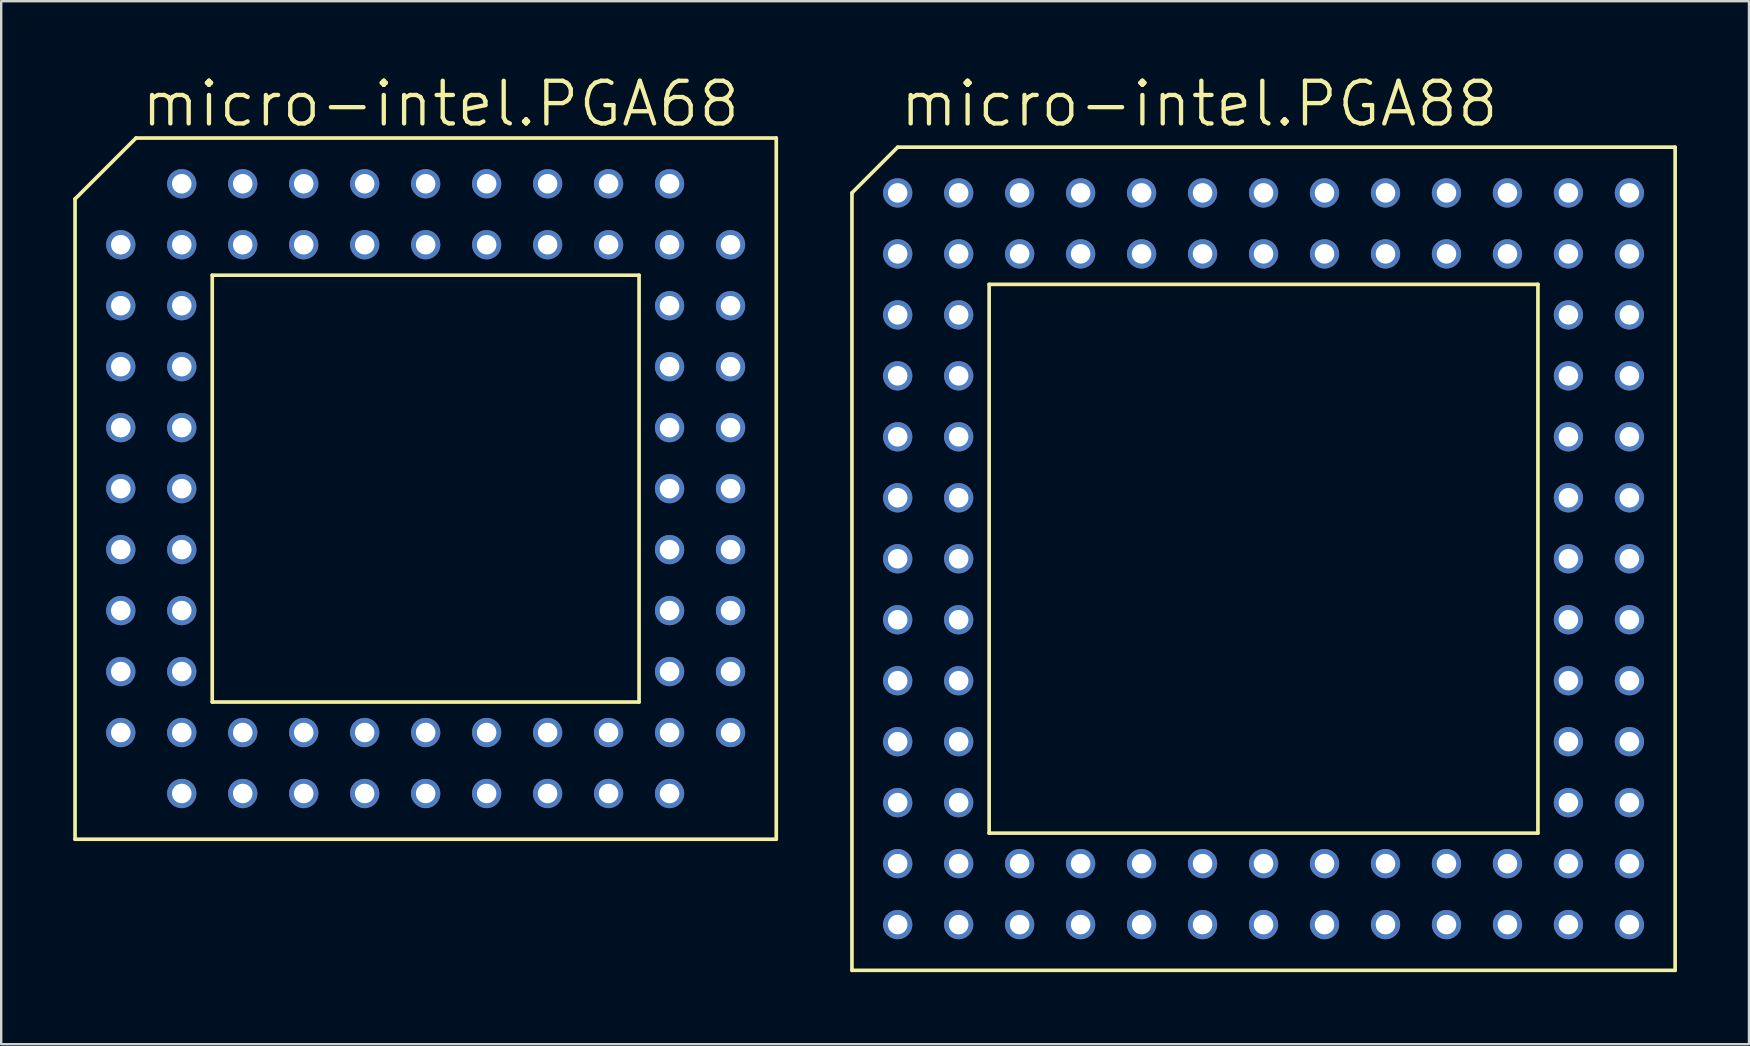
<source format=kicad_pcb>
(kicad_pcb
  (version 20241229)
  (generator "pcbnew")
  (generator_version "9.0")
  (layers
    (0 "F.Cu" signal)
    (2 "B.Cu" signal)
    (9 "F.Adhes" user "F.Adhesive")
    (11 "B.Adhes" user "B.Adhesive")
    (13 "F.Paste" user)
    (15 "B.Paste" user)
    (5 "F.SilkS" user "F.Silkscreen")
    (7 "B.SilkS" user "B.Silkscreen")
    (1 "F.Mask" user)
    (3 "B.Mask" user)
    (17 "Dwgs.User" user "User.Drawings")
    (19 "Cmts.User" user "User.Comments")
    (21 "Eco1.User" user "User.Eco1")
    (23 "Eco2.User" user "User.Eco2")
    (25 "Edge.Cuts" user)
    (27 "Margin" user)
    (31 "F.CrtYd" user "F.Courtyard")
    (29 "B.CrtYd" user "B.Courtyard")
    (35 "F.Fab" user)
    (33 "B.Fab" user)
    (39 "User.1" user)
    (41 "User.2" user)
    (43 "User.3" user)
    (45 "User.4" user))
  (footprint "micro-intel.PGA68"
    (layer "F.Cu")
    (at 14.681 17.304)
    (property "Reference" "micro-intel.PGA68" (at -11.938 -14.986 0) (layer "F.SilkS") (effects (font (size 1.778 1.778) (thickness 0.18)) (justify left bottom)))
    (attr through_hole)
    (fp_line (start -14.605 -12.065) (end -12.065 -14.605) (stroke (width 0.152) (type default)) (layer "F.SilkS"))
    (fp_line (start -14.605 14.605) (end -14.605 -12.065) (stroke (width 0.152) (type default)) (layer "F.SilkS"))
    (fp_line (start -12.065 -14.605) (end 14.605 -14.605) (stroke (width 0.152) (type default)) (layer "F.SilkS"))
    (fp_line (start -8.89 -8.89) (end 8.89 -8.89) (stroke (width 0.152) (type default)) (layer "F.SilkS"))
    (fp_line (start -8.89 8.89) (end -8.89 -8.89) (stroke (width 0.152) (type default)) (layer "F.SilkS"))
    (fp_line (start 8.89 -8.89) (end 8.89 8.89) (stroke (width 0.152) (type default)) (layer "F.SilkS"))
    (fp_line (start 8.89 8.89) (end -8.89 8.89) (stroke (width 0.152) (type default)) (layer "F.SilkS"))
    (fp_line (start 14.605 -14.605) (end 14.605 14.605) (stroke (width 0.152) (type default)) (layer "F.SilkS"))
    (fp_line (start 14.605 14.605) (end -14.605 14.605) (stroke (width 0.152) (type default)) (layer "F.SilkS"))
    (pad "A02" thru_hole circle (at -10.16 -12.7) (size 1.219 1.219) (drill 0.813) (layers "*.Cu" "*.Mask"))
    (pad "A03" thru_hole circle (at -7.62 -12.7) (size 1.219 1.219) (drill 0.813) (layers "*.Cu" "*.Mask"))
    (pad "A04" thru_hole circle (at -5.08 -12.7) (size 1.219 1.219) (drill 0.813) (layers "*.Cu" "*.Mask"))
    (pad "A05" thru_hole circle (at -2.54 -12.7) (size 1.219 1.219) (drill 0.813) (layers "*.Cu" "*.Mask"))
    (pad "A06" thru_hole circle (at 0 -12.7) (size 1.219 1.219) (drill 0.813) (layers "*.Cu" "*.Mask"))
    (pad "A07" thru_hole circle (at 2.54 -12.7) (size 1.219 1.219) (drill 0.813) (layers "*.Cu" "*.Mask"))
    (pad "A08" thru_hole circle (at 5.08 -12.7) (size 1.219 1.219) (drill 0.813) (layers "*.Cu" "*.Mask"))
    (pad "A09" thru_hole circle (at 7.62 -12.7) (size 1.219 1.219) (drill 0.813) (layers "*.Cu" "*.Mask"))
    (pad "A10" thru_hole circle (at 10.16 -12.7) (size 1.219 1.219) (drill 0.813) (layers "*.Cu" "*.Mask"))
    (pad "B01" thru_hole circle (at -12.7 -10.16) (size 1.219 1.219) (drill 0.813) (layers "*.Cu" "*.Mask"))
    (pad "B02" thru_hole circle (at -10.16 -10.16) (size 1.219 1.219) (drill 0.813) (layers "*.Cu" "*.Mask"))
    (pad "B03" thru_hole circle (at -7.62 -10.16) (size 1.219 1.219) (drill 0.813) (layers "*.Cu" "*.Mask"))
    (pad "B04" thru_hole circle (at -5.08 -10.16) (size 1.219 1.219) (drill 0.813) (layers "*.Cu" "*.Mask"))
    (pad "B05" thru_hole circle (at -2.54 -10.16) (size 1.219 1.219) (drill 0.813) (layers "*.Cu" "*.Mask"))
    (pad "B06" thru_hole circle (at 0 -10.16) (size 1.219 1.219) (drill 0.813) (layers "*.Cu" "*.Mask"))
    (pad "B07" thru_hole circle (at 2.54 -10.16) (size 1.219 1.219) (drill 0.813) (layers "*.Cu" "*.Mask"))
    (pad "B08" thru_hole circle (at 5.08 -10.16) (size 1.219 1.219) (drill 0.813) (layers "*.Cu" "*.Mask"))
    (pad "B09" thru_hole circle (at 7.62 -10.16) (size 1.219 1.219) (drill 0.813) (layers "*.Cu" "*.Mask"))
    (pad "B10" thru_hole circle (at 10.16 -10.16) (size 1.219 1.219) (drill 0.813) (layers "*.Cu" "*.Mask"))
    (pad "B11" thru_hole circle (at 12.7 -10.16) (size 1.219 1.219) (drill 0.813) (layers "*.Cu" "*.Mask"))
    (pad "C01" thru_hole circle (at -12.7 -7.62) (size 1.219 1.219) (drill 0.813) (layers "*.Cu" "*.Mask"))
    (pad "C02" thru_hole circle (at -10.16 -7.62) (size 1.219 1.219) (drill 0.813) (layers "*.Cu" "*.Mask"))
    (pad "C10" thru_hole circle (at 10.16 -7.62) (size 1.219 1.219) (drill 0.813) (layers "*.Cu" "*.Mask"))
    (pad "C11" thru_hole circle (at 12.7 -7.62) (size 1.219 1.219) (drill 0.813) (layers "*.Cu" "*.Mask"))
    (pad "D01" thru_hole circle (at -12.7 -5.08) (size 1.219 1.219) (drill 0.813) (layers "*.Cu" "*.Mask"))
    (pad "D02" thru_hole circle (at -10.16 -5.08) (size 1.219 1.219) (drill 0.813) (layers "*.Cu" "*.Mask"))
    (pad "D10" thru_hole circle (at 10.16 -5.08) (size 1.219 1.219) (drill 0.813) (layers "*.Cu" "*.Mask"))
    (pad "D11" thru_hole circle (at 12.7 -5.08) (size 1.219 1.219) (drill 0.813) (layers "*.Cu" "*.Mask"))
    (pad "E01" thru_hole circle (at -12.7 -2.54) (size 1.219 1.219) (drill 0.813) (layers "*.Cu" "*.Mask"))
    (pad "E02" thru_hole circle (at -10.16 -2.54) (size 1.219 1.219) (drill 0.813) (layers "*.Cu" "*.Mask"))
    (pad "E10" thru_hole circle (at 10.16 -2.54) (size 1.219 1.219) (drill 0.813) (layers "*.Cu" "*.Mask"))
    (pad "E11" thru_hole circle (at 12.7 -2.54) (size 1.219 1.219) (drill 0.813) (layers "*.Cu" "*.Mask"))
    (pad "F01" thru_hole circle (at -12.7 0) (size 1.219 1.219) (drill 0.813) (layers "*.Cu" "*.Mask"))
    (pad "F02" thru_hole circle (at -10.16 0) (size 1.219 1.219) (drill 0.813) (layers "*.Cu" "*.Mask"))
    (pad "F10" thru_hole circle (at 10.16 0) (size 1.219 1.219) (drill 0.813) (layers "*.Cu" "*.Mask"))
    (pad "F11" thru_hole circle (at 12.7 0) (size 1.219 1.219) (drill 0.813) (layers "*.Cu" "*.Mask"))
    (pad "G01" thru_hole circle (at -12.7 2.54) (size 1.219 1.219) (drill 0.813) (layers "*.Cu" "*.Mask"))
    (pad "G02" thru_hole circle (at -10.16 2.54) (size 1.219 1.219) (drill 0.813) (layers "*.Cu" "*.Mask"))
    (pad "G10" thru_hole circle (at 10.16 2.54) (size 1.219 1.219) (drill 0.813) (layers "*.Cu" "*.Mask"))
    (pad "G11" thru_hole circle (at 12.7 2.54) (size 1.219 1.219) (drill 0.813) (layers "*.Cu" "*.Mask"))
    (pad "H01" thru_hole circle (at -12.7 5.08) (size 1.219 1.219) (drill 0.813) (layers "*.Cu" "*.Mask"))
    (pad "H02" thru_hole circle (at -10.16 5.08) (size 1.219 1.219) (drill 0.813) (layers "*.Cu" "*.Mask"))
    (pad "H10" thru_hole circle (at 10.16 5.08) (size 1.219 1.219) (drill 0.813) (layers "*.Cu" "*.Mask"))
    (pad "H11" thru_hole circle (at 12.7 5.08) (size 1.219 1.219) (drill 0.813) (layers "*.Cu" "*.Mask"))
    (pad "J01" thru_hole circle (at -12.7 7.62) (size 1.219 1.219) (drill 0.813) (layers "*.Cu" "*.Mask"))
    (pad "J02" thru_hole circle (at -10.16 7.62) (size 1.219 1.219) (drill 0.813) (layers "*.Cu" "*.Mask"))
    (pad "J10" thru_hole circle (at 10.16 7.62) (size 1.219 1.219) (drill 0.813) (layers "*.Cu" "*.Mask"))
    (pad "J11" thru_hole circle (at 12.7 7.62) (size 1.219 1.219) (drill 0.813) (layers "*.Cu" "*.Mask"))
    (pad "K01" thru_hole circle (at -12.7 10.16) (size 1.219 1.219) (drill 0.813) (layers "*.Cu" "*.Mask"))
    (pad "K02" thru_hole circle (at -10.16 10.16) (size 1.219 1.219) (drill 0.813) (layers "*.Cu" "*.Mask"))
    (pad "K03" thru_hole circle (at -7.62 10.16) (size 1.219 1.219) (drill 0.813) (layers "*.Cu" "*.Mask"))
    (pad "K04" thru_hole circle (at -5.08 10.16) (size 1.219 1.219) (drill 0.813) (layers "*.Cu" "*.Mask"))
    (pad "K05" thru_hole circle (at -2.54 10.16) (size 1.219 1.219) (drill 0.813) (layers "*.Cu" "*.Mask"))
    (pad "K06" thru_hole circle (at 0 10.16) (size 1.219 1.219) (drill 0.813) (layers "*.Cu" "*.Mask"))
    (pad "K07" thru_hole circle (at 2.54 10.16) (size 1.219 1.219) (drill 0.813) (layers "*.Cu" "*.Mask"))
    (pad "K08" thru_hole circle (at 5.08 10.16) (size 1.219 1.219) (drill 0.813) (layers "*.Cu" "*.Mask"))
    (pad "K09" thru_hole circle (at 7.62 10.16) (size 1.219 1.219) (drill 0.813) (layers "*.Cu" "*.Mask"))
    (pad "K10" thru_hole circle (at 10.16 10.16) (size 1.219 1.219) (drill 0.813) (layers "*.Cu" "*.Mask"))
    (pad "K11" thru_hole circle (at 12.7 10.16) (size 1.219 1.219) (drill 0.813) (layers "*.Cu" "*.Mask"))
    (pad "L02" thru_hole circle (at -10.16 12.7) (size 1.219 1.219) (drill 0.813) (layers "*.Cu" "*.Mask"))
    (pad "L03" thru_hole circle (at -7.62 12.7) (size 1.219 1.219) (drill 0.813) (layers "*.Cu" "*.Mask"))
    (pad "L04" thru_hole circle (at -5.08 12.7) (size 1.219 1.219) (drill 0.813) (layers "*.Cu" "*.Mask"))
    (pad "L05" thru_hole circle (at -2.54 12.7) (size 1.219 1.219) (drill 0.813) (layers "*.Cu" "*.Mask"))
    (pad "L06" thru_hole circle (at 0 12.7) (size 1.219 1.219) (drill 0.813) (layers "*.Cu" "*.Mask"))
    (pad "L07" thru_hole circle (at 2.54 12.7) (size 1.219 1.219) (drill 0.813) (layers "*.Cu" "*.Mask"))
    (pad "L08" thru_hole circle (at 5.08 12.7) (size 1.219 1.219) (drill 0.813) (layers "*.Cu" "*.Mask"))
    (pad "L09" thru_hole circle (at 7.62 12.7) (size 1.219 1.219) (drill 0.813) (layers "*.Cu" "*.Mask"))
    (pad "L10" thru_hole circle (at 10.16 12.7) (size 1.219 1.219) (drill 0.813) (layers "*.Cu" "*.Mask")))
  (footprint "micro-intel.PGA88"
    (layer "F.Cu")
    (at 49.584 20.225)
    (property "Reference" "micro-intel.PGA88" (at -15.24 -17.907 0) (layer "F.SilkS") (effects (font (size 1.778 1.778) (thickness 0.18)) (justify left bottom)))
    (attr through_hole)
    (fp_line (start -17.145 -15.24) (end -15.24 -17.145) (stroke (width 0.152) (type default)) (layer "F.SilkS"))
    (fp_line (start -17.145 17.145) (end -17.145 -15.24) (stroke (width 0.152) (type default)) (layer "F.SilkS"))
    (fp_line (start -15.24 -17.145) (end 17.145 -17.145) (stroke (width 0.152) (type default)) (layer "F.SilkS"))
    (fp_line (start -11.43 -11.43) (end 11.43 -11.43) (stroke (width 0.152) (type default)) (layer "F.SilkS"))
    (fp_line (start -11.43 11.43) (end -11.43 -11.43) (stroke (width 0.152) (type default)) (layer "F.SilkS"))
    (fp_line (start 11.43 -11.43) (end 11.43 11.43) (stroke (width 0.152) (type default)) (layer "F.SilkS"))
    (fp_line (start 11.43 11.43) (end -11.43 11.43) (stroke (width 0.152) (type default)) (layer "F.SilkS"))
    (fp_line (start 17.145 -17.145) (end 17.145 17.145) (stroke (width 0.152) (type default)) (layer "F.SilkS"))
    (fp_line (start 17.145 17.145) (end -17.145 17.145) (stroke (width 0.152) (type default)) (layer "F.SilkS"))
    (pad "A01" thru_hole circle (at -15.24 -15.24) (size 1.219 1.219) (drill 0.813) (layers "*.Cu" "*.Mask"))
    (pad "A02" thru_hole circle (at -12.7 -15.24) (size 1.219 1.219) (drill 0.813) (layers "*.Cu" "*.Mask"))
    (pad "A03" thru_hole circle (at -10.16 -15.24) (size 1.219 1.219) (drill 0.813) (layers "*.Cu" "*.Mask"))
    (pad "A04" thru_hole circle (at -7.62 -15.24) (size 1.219 1.219) (drill 0.813) (layers "*.Cu" "*.Mask"))
    (pad "A05" thru_hole circle (at -5.08 -15.24) (size 1.219 1.219) (drill 0.813) (layers "*.Cu" "*.Mask"))
    (pad "A06" thru_hole circle (at -2.54 -15.24) (size 1.219 1.219) (drill 0.813) (layers "*.Cu" "*.Mask"))
    (pad "A07" thru_hole circle (at 0 -15.24) (size 1.219 1.219) (drill 0.813) (layers "*.Cu" "*.Mask"))
    (pad "A08" thru_hole circle (at 2.54 -15.24) (size 1.219 1.219) (drill 0.813) (layers "*.Cu" "*.Mask"))
    (pad "A09" thru_hole circle (at 5.08 -15.24) (size 1.219 1.219) (drill 0.813) (layers "*.Cu" "*.Mask"))
    (pad "A10" thru_hole circle (at 7.62 -15.24) (size 1.219 1.219) (drill 0.813) (layers "*.Cu" "*.Mask"))
    (pad "A11" thru_hole circle (at 10.16 -15.24) (size 1.219 1.219) (drill 0.813) (layers "*.Cu" "*.Mask"))
    (pad "A12" thru_hole circle (at 12.7 -15.24) (size 1.219 1.219) (drill 0.813) (layers "*.Cu" "*.Mask"))
    (pad "A13" thru_hole circle (at 15.24 -15.24) (size 1.219 1.219) (drill 0.813) (layers "*.Cu" "*.Mask"))
    (pad "B01" thru_hole circle (at -15.24 -12.7) (size 1.219 1.219) (drill 0.813) (layers "*.Cu" "*.Mask"))
    (pad "B02" thru_hole circle (at -12.7 -12.7) (size 1.219 1.219) (drill 0.813) (layers "*.Cu" "*.Mask"))
    (pad "B03" thru_hole circle (at -10.16 -12.7) (size 1.219 1.219) (drill 0.813) (layers "*.Cu" "*.Mask"))
    (pad "B04" thru_hole circle (at -7.62 -12.7) (size 1.219 1.219) (drill 0.813) (layers "*.Cu" "*.Mask"))
    (pad "B05" thru_hole circle (at -5.08 -12.7) (size 1.219 1.219) (drill 0.813) (layers "*.Cu" "*.Mask"))
    (pad "B06" thru_hole circle (at -2.54 -12.7) (size 1.219 1.219) (drill 0.813) (layers "*.Cu" "*.Mask"))
    (pad "B07" thru_hole circle (at 0 -12.7) (size 1.219 1.219) (drill 0.813) (layers "*.Cu" "*.Mask"))
    (pad "B08" thru_hole circle (at 2.54 -12.7) (size 1.219 1.219) (drill 0.813) (layers "*.Cu" "*.Mask"))
    (pad "B09" thru_hole circle (at 5.08 -12.7) (size 1.219 1.219) (drill 0.813) (layers "*.Cu" "*.Mask"))
    (pad "B10" thru_hole circle (at 7.62 -12.7) (size 1.219 1.219) (drill 0.813) (layers "*.Cu" "*.Mask"))
    (pad "B11" thru_hole circle (at 10.16 -12.7) (size 1.219 1.219) (drill 0.813) (layers "*.Cu" "*.Mask"))
    (pad "B12" thru_hole circle (at 12.7 -12.7) (size 1.219 1.219) (drill 0.813) (layers "*.Cu" "*.Mask"))
    (pad "B13" thru_hole circle (at 15.24 -12.7) (size 1.219 1.219) (drill 0.813) (layers "*.Cu" "*.Mask"))
    (pad "C01" thru_hole circle (at -15.24 -10.16) (size 1.219 1.219) (drill 0.813) (layers "*.Cu" "*.Mask"))
    (pad "C02" thru_hole circle (at -12.7 -10.16) (size 1.219 1.219) (drill 0.813) (layers "*.Cu" "*.Mask"))
    (pad "C12" thru_hole circle (at 12.7 -10.16) (size 1.219 1.219) (drill 0.813) (layers "*.Cu" "*.Mask"))
    (pad "C13" thru_hole circle (at 15.24 -10.16) (size 1.219 1.219) (drill 0.813) (layers "*.Cu" "*.Mask"))
    (pad "D01" thru_hole circle (at -15.24 -7.62) (size 1.219 1.219) (drill 0.813) (layers "*.Cu" "*.Mask"))
    (pad "D02" thru_hole circle (at -12.7 -7.62) (size 1.219 1.219) (drill 0.813) (layers "*.Cu" "*.Mask"))
    (pad "D12" thru_hole circle (at 12.7 -7.62) (size 1.219 1.219) (drill 0.813) (layers "*.Cu" "*.Mask"))
    (pad "D13" thru_hole circle (at 15.24 -7.62) (size 1.219 1.219) (drill 0.813) (layers "*.Cu" "*.Mask"))
    (pad "E01" thru_hole circle (at -15.24 -5.08) (size 1.219 1.219) (drill 0.813) (layers "*.Cu" "*.Mask"))
    (pad "E02" thru_hole circle (at -12.7 -5.08) (size 1.219 1.219) (drill 0.813) (layers "*.Cu" "*.Mask"))
    (pad "E12" thru_hole circle (at 12.7 -5.08) (size 1.219 1.219) (drill 0.813) (layers "*.Cu" "*.Mask"))
    (pad "E13" thru_hole circle (at 15.24 -5.08) (size 1.219 1.219) (drill 0.813) (layers "*.Cu" "*.Mask"))
    (pad "F01" thru_hole circle (at -15.24 -2.54) (size 1.219 1.219) (drill 0.813) (layers "*.Cu" "*.Mask"))
    (pad "F02" thru_hole circle (at -12.7 -2.54) (size 1.219 1.219) (drill 0.813) (layers "*.Cu" "*.Mask"))
    (pad "F12" thru_hole circle (at 12.7 -2.54) (size 1.219 1.219) (drill 0.813) (layers "*.Cu" "*.Mask"))
    (pad "F13" thru_hole circle (at 15.24 -2.54) (size 1.219 1.219) (drill 0.813) (layers "*.Cu" "*.Mask"))
    (pad "G01" thru_hole circle (at -15.24 0) (size 1.219 1.219) (drill 0.813) (layers "*.Cu" "*.Mask"))
    (pad "G02" thru_hole circle (at -12.7 0) (size 1.219 1.219) (drill 0.813) (layers "*.Cu" "*.Mask"))
    (pad "G12" thru_hole circle (at 12.7 0) (size 1.219 1.219) (drill 0.813) (layers "*.Cu" "*.Mask"))
    (pad "G13" thru_hole circle (at 15.24 0) (size 1.219 1.219) (drill 0.813) (layers "*.Cu" "*.Mask"))
    (pad "H01" thru_hole circle (at -15.24 2.54) (size 1.219 1.219) (drill 0.813) (layers "*.Cu" "*.Mask"))
    (pad "H02" thru_hole circle (at -12.7 2.54) (size 1.219 1.219) (drill 0.813) (layers "*.Cu" "*.Mask"))
    (pad "H12" thru_hole circle (at 12.7 2.54) (size 1.219 1.219) (drill 0.813) (layers "*.Cu" "*.Mask"))
    (pad "H13" thru_hole circle (at 15.24 2.54) (size 1.219 1.219) (drill 0.813) (layers "*.Cu" "*.Mask"))
    (pad "J01" thru_hole circle (at -15.24 5.08) (size 1.219 1.219) (drill 0.813) (layers "*.Cu" "*.Mask"))
    (pad "J02" thru_hole circle (at -12.7 5.08) (size 1.219 1.219) (drill 0.813) (layers "*.Cu" "*.Mask"))
    (pad "J12" thru_hole circle (at 12.7 5.08) (size 1.219 1.219) (drill 0.813) (layers "*.Cu" "*.Mask"))
    (pad "J13" thru_hole circle (at 15.24 5.08) (size 1.219 1.219) (drill 0.813) (layers "*.Cu" "*.Mask"))
    (pad "K01" thru_hole circle (at -15.24 7.62) (size 1.219 1.219) (drill 0.813) (layers "*.Cu" "*.Mask"))
    (pad "K02" thru_hole circle (at -12.7 7.62) (size 1.219 1.219) (drill 0.813) (layers "*.Cu" "*.Mask"))
    (pad "K12" thru_hole circle (at 12.7 7.62) (size 1.219 1.219) (drill 0.813) (layers "*.Cu" "*.Mask"))
    (pad "K13" thru_hole circle (at 15.24 7.62) (size 1.219 1.219) (drill 0.813) (layers "*.Cu" "*.Mask"))
    (pad "L01" thru_hole circle (at -15.24 10.16) (size 1.219 1.219) (drill 0.813) (layers "*.Cu" "*.Mask"))
    (pad "L02" thru_hole circle (at -12.7 10.16) (size 1.219 1.219) (drill 0.813) (layers "*.Cu" "*.Mask"))
    (pad "L12" thru_hole circle (at 12.7 10.16) (size 1.219 1.219) (drill 0.813) (layers "*.Cu" "*.Mask"))
    (pad "L13" thru_hole circle (at 15.24 10.16) (size 1.219 1.219) (drill 0.813) (layers "*.Cu" "*.Mask"))
    (pad "M01" thru_hole circle (at -15.24 12.7) (size 1.219 1.219) (drill 0.813) (layers "*.Cu" "*.Mask"))
    (pad "M02" thru_hole circle (at -12.7 12.7) (size 1.219 1.219) (drill 0.813) (layers "*.Cu" "*.Mask"))
    (pad "M03" thru_hole circle (at -10.16 12.7) (size 1.219 1.219) (drill 0.813) (layers "*.Cu" "*.Mask"))
    (pad "M04" thru_hole circle (at -7.62 12.7) (size 1.219 1.219) (drill 0.813) (layers "*.Cu" "*.Mask"))
    (pad "M05" thru_hole circle (at -5.08 12.7) (size 1.219 1.219) (drill 0.813) (layers "*.Cu" "*.Mask"))
    (pad "M06" thru_hole circle (at -2.54 12.7) (size 1.219 1.219) (drill 0.813) (layers "*.Cu" "*.Mask"))
    (pad "M07" thru_hole circle (at 0 12.7) (size 1.219 1.219) (drill 0.813) (layers "*.Cu" "*.Mask"))
    (pad "M08" thru_hole circle (at 2.54 12.7) (size 1.219 1.219) (drill 0.813) (layers "*.Cu" "*.Mask"))
    (pad "M09" thru_hole circle (at 5.08 12.7) (size 1.219 1.219) (drill 0.813) (layers "*.Cu" "*.Mask"))
    (pad "M10" thru_hole circle (at 7.62 12.7) (size 1.219 1.219) (drill 0.813) (layers "*.Cu" "*.Mask"))
    (pad "M11" thru_hole circle (at 10.16 12.7) (size 1.219 1.219) (drill 0.813) (layers "*.Cu" "*.Mask"))
    (pad "M12" thru_hole circle (at 12.7 12.7) (size 1.219 1.219) (drill 0.813) (layers "*.Cu" "*.Mask"))
    (pad "M13" thru_hole circle (at 15.24 12.7) (size 1.219 1.219) (drill 0.813) (layers "*.Cu" "*.Mask"))
    (pad "N01" thru_hole circle (at -15.24 15.24) (size 1.219 1.219) (drill 0.813) (layers "*.Cu" "*.Mask"))
    (pad "N02" thru_hole circle (at -12.7 15.24) (size 1.219 1.219) (drill 0.813) (layers "*.Cu" "*.Mask"))
    (pad "N03" thru_hole circle (at -10.16 15.24) (size 1.219 1.219) (drill 0.813) (layers "*.Cu" "*.Mask"))
    (pad "N04" thru_hole circle (at -7.62 15.24) (size 1.219 1.219) (drill 0.813) (layers "*.Cu" "*.Mask"))
    (pad "N05" thru_hole circle (at -5.08 15.24) (size 1.219 1.219) (drill 0.813) (layers "*.Cu" "*.Mask"))
    (pad "N06" thru_hole circle (at -2.54 15.24) (size 1.219 1.219) (drill 0.813) (layers "*.Cu" "*.Mask"))
    (pad "N07" thru_hole circle (at 0 15.24) (size 1.219 1.219) (drill 0.813) (layers "*.Cu" "*.Mask"))
    (pad "N08" thru_hole circle (at 2.54 15.24) (size 1.219 1.219) (drill 0.813) (layers "*.Cu" "*.Mask"))
    (pad "N09" thru_hole circle (at 5.08 15.24) (size 1.219 1.219) (drill 0.813) (layers "*.Cu" "*.Mask"))
    (pad "N10" thru_hole circle (at 7.62 15.24) (size 1.219 1.219) (drill 0.813) (layers "*.Cu" "*.Mask"))
    (pad "N11" thru_hole circle (at 10.16 15.24) (size 1.219 1.219) (drill 0.813) (layers "*.Cu" "*.Mask"))
    (pad "N12" thru_hole circle (at 12.7 15.24) (size 1.219 1.219) (drill 0.813) (layers "*.Cu" "*.Mask"))
    (pad "N13" thru_hole circle (at 15.24 15.24) (size 1.219 1.219) (drill 0.813) (layers "*.Cu" "*.Mask")))
  (gr_rect
    (start -3 -3)
    (end 69.805 40.446)
    (stroke (width 0.1) (type default))
    (fill no)
    (layer "Edge.Cuts")))
</source>
